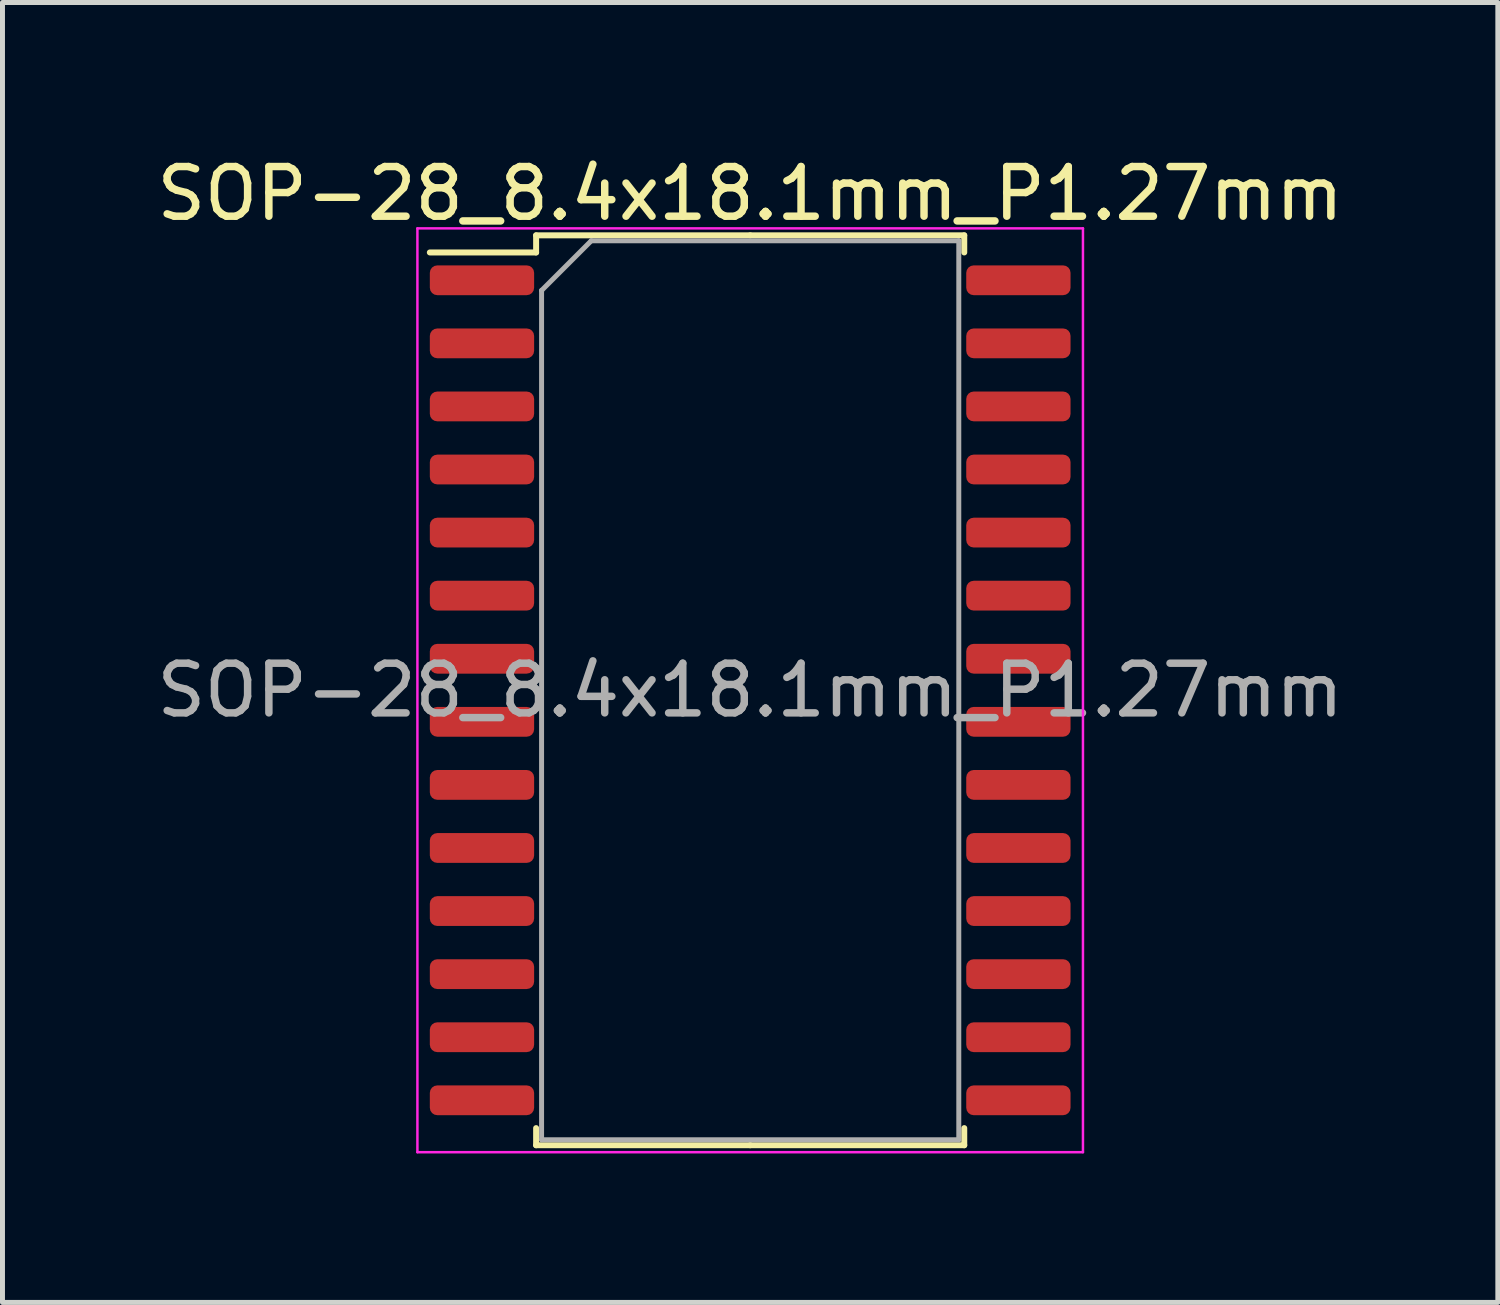
<source format=kicad_pcb>
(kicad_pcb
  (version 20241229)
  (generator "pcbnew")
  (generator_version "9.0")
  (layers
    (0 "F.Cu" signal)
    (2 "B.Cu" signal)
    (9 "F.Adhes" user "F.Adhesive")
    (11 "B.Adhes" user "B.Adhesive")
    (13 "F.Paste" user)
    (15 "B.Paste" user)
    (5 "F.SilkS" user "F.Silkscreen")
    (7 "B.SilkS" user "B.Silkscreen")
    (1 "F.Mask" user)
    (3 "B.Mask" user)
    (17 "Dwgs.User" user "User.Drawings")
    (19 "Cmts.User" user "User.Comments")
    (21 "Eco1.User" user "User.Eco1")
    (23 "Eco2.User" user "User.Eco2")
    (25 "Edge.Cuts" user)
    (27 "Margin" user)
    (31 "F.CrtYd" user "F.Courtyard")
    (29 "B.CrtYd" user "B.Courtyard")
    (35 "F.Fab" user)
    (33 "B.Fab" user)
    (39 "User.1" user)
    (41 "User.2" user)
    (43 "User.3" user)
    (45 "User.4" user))
  (footprint "SOP-28_8.4x18.1mm_P1.27mm"
    (layer "F.Cu")
    (at 12.054 10.848)
    (property "Reference" "SOP-28_8.4x18.1mm_P1.27mm" (at 0 -10 0) (layer "F.SilkS") (effects (font (size 1 1) (thickness 0.15))))
    (attr smd)
    (fp_line (start -4.31 -9.16) (end -4.31 -8.815) (stroke (width 0.12) (type solid)) (layer "F.SilkS"))
    (fp_line (start -4.31 -8.815) (end -6.45 -8.815) (stroke (width 0.12) (type solid)) (layer "F.SilkS"))
    (fp_line (start -4.31 9.16) (end -4.31 8.815) (stroke (width 0.12) (type solid)) (layer "F.SilkS"))
    (fp_line (start 0 -9.16) (end -4.31 -9.16) (stroke (width 0.12) (type solid)) (layer "F.SilkS"))
    (fp_line (start 0 -9.16) (end 4.31 -9.16) (stroke (width 0.12) (type solid)) (layer "F.SilkS"))
    (fp_line (start 0 9.16) (end -4.31 9.16) (stroke (width 0.12) (type solid)) (layer "F.SilkS"))
    (fp_line (start 0 9.16) (end 4.31 9.16) (stroke (width 0.12) (type solid)) (layer "F.SilkS"))
    (fp_line (start 4.31 -9.16) (end 4.31 -8.815) (stroke (width 0.12) (type solid)) (layer "F.SilkS"))
    (fp_line (start 4.31 9.16) (end 4.31 8.815) (stroke (width 0.12) (type solid)) (layer "F.SilkS"))
    (fp_line (start -6.7 -9.3) (end -6.7 9.3) (stroke (width 0.05) (type solid)) (layer "F.CrtYd"))
    (fp_line (start -6.7 9.3) (end 6.7 9.3) (stroke (width 0.05) (type solid)) (layer "F.CrtYd"))
    (fp_line (start 6.7 -9.3) (end -6.7 -9.3) (stroke (width 0.05) (type solid)) (layer "F.CrtYd"))
    (fp_line (start 6.7 9.3) (end 6.7 -9.3) (stroke (width 0.05) (type solid)) (layer "F.CrtYd"))
    (fp_line (start -4.2 -8.05) (end -3.2 -9.05) (stroke (width 0.1) (type solid)) (layer "F.Fab"))
    (fp_line (start -4.2 9.05) (end -4.2 -8.05) (stroke (width 0.1) (type solid)) (layer "F.Fab"))
    (fp_line (start -3.2 -9.05) (end 4.2 -9.05) (stroke (width 0.1) (type solid)) (layer "F.Fab"))
    (fp_line (start 4.2 -9.05) (end 4.2 9.05) (stroke (width 0.1) (type solid)) (layer "F.Fab"))
    (fp_line (start 4.2 9.05) (end -4.2 9.05) (stroke (width 0.1) (type solid)) (layer "F.Fab"))
    (fp_text user "${REFERENCE}" (at 0 0 0) (layer "F.Fab") (effects (font (size 1 1) (thickness 0.15))))
    (pad "1" smd roundrect (at -5.4 -8.255) (size 2.1 0.6) (layers "F.Cu" "F.Mask" "F.Paste") (roundrect_rratio 0.25))
    (pad "2" smd roundrect (at -5.4 -6.985) (size 2.1 0.6) (layers "F.Cu" "F.Mask" "F.Paste") (roundrect_rratio 0.25))
    (pad "3" smd roundrect (at -5.4 -5.715) (size 2.1 0.6) (layers "F.Cu" "F.Mask" "F.Paste") (roundrect_rratio 0.25))
    (pad "4" smd roundrect (at -5.4 -4.445) (size 2.1 0.6) (layers "F.Cu" "F.Mask" "F.Paste") (roundrect_rratio 0.25))
    (pad "5" smd roundrect (at -5.4 -3.175) (size 2.1 0.6) (layers "F.Cu" "F.Mask" "F.Paste") (roundrect_rratio 0.25))
    (pad "6" smd roundrect (at -5.4 -1.905) (size 2.1 0.6) (layers "F.Cu" "F.Mask" "F.Paste") (roundrect_rratio 0.25))
    (pad "7" smd roundrect (at -5.4 -0.635) (size 2.1 0.6) (layers "F.Cu" "F.Mask" "F.Paste") (roundrect_rratio 0.25))
    (pad "8" smd roundrect (at -5.4 0.635) (size 2.1 0.6) (layers "F.Cu" "F.Mask" "F.Paste") (roundrect_rratio 0.25))
    (pad "9" smd roundrect (at -5.4 1.905) (size 2.1 0.6) (layers "F.Cu" "F.Mask" "F.Paste") (roundrect_rratio 0.25))
    (pad "10" smd roundrect (at -5.4 3.175) (size 2.1 0.6) (layers "F.Cu" "F.Mask" "F.Paste") (roundrect_rratio 0.25))
    (pad "11" smd roundrect (at -5.4 4.445) (size 2.1 0.6) (layers "F.Cu" "F.Mask" "F.Paste") (roundrect_rratio 0.25))
    (pad "12" smd roundrect (at -5.4 5.715) (size 2.1 0.6) (layers "F.Cu" "F.Mask" "F.Paste") (roundrect_rratio 0.25))
    (pad "13" smd roundrect (at -5.4 6.985) (size 2.1 0.6) (layers "F.Cu" "F.Mask" "F.Paste") (roundrect_rratio 0.25))
    (pad "14" smd roundrect (at -5.4 8.255) (size 2.1 0.6) (layers "F.Cu" "F.Mask" "F.Paste") (roundrect_rratio 0.25))
    (pad "15" smd roundrect (at 5.4 8.255) (size 2.1 0.6) (layers "F.Cu" "F.Mask" "F.Paste") (roundrect_rratio 0.25))
    (pad "16" smd roundrect (at 5.4 6.985) (size 2.1 0.6) (layers "F.Cu" "F.Mask" "F.Paste") (roundrect_rratio 0.25))
    (pad "17" smd roundrect (at 5.4 5.715) (size 2.1 0.6) (layers "F.Cu" "F.Mask" "F.Paste") (roundrect_rratio 0.25))
    (pad "18" smd roundrect (at 5.4 4.445) (size 2.1 0.6) (layers "F.Cu" "F.Mask" "F.Paste") (roundrect_rratio 0.25))
    (pad "19" smd roundrect (at 5.4 3.175) (size 2.1 0.6) (layers "F.Cu" "F.Mask" "F.Paste") (roundrect_rratio 0.25))
    (pad "20" smd roundrect (at 5.4 1.905) (size 2.1 0.6) (layers "F.Cu" "F.Mask" "F.Paste") (roundrect_rratio 0.25))
    (pad "21" smd roundrect (at 5.4 0.635) (size 2.1 0.6) (layers "F.Cu" "F.Mask" "F.Paste") (roundrect_rratio 0.25))
    (pad "22" smd roundrect (at 5.4 -0.635) (size 2.1 0.6) (layers "F.Cu" "F.Mask" "F.Paste") (roundrect_rratio 0.25))
    (pad "23" smd roundrect (at 5.4 -1.905) (size 2.1 0.6) (layers "F.Cu" "F.Mask" "F.Paste") (roundrect_rratio 0.25))
    (pad "24" smd roundrect (at 5.4 -3.175) (size 2.1 0.6) (layers "F.Cu" "F.Mask" "F.Paste") (roundrect_rratio 0.25))
    (pad "25" smd roundrect (at 5.4 -4.445) (size 2.1 0.6) (layers "F.Cu" "F.Mask" "F.Paste") (roundrect_rratio 0.25))
    (pad "26" smd roundrect (at 5.4 -5.715) (size 2.1 0.6) (layers "F.Cu" "F.Mask" "F.Paste") (roundrect_rratio 0.25))
    (pad "27" smd roundrect (at 5.4 -6.985) (size 2.1 0.6) (layers "F.Cu" "F.Mask" "F.Paste") (roundrect_rratio 0.25))
    (pad "28" smd roundrect (at 5.4 -8.255) (size 2.1 0.6) (layers "F.Cu" "F.Mask" "F.Paste") (roundrect_rratio 0.25)))
  (gr_rect
    (start -3 -3)
    (end 27.107 23.173)
    (stroke (width 0.1) (type default))
    (fill no)
    (layer "Edge.Cuts")))
</source>
